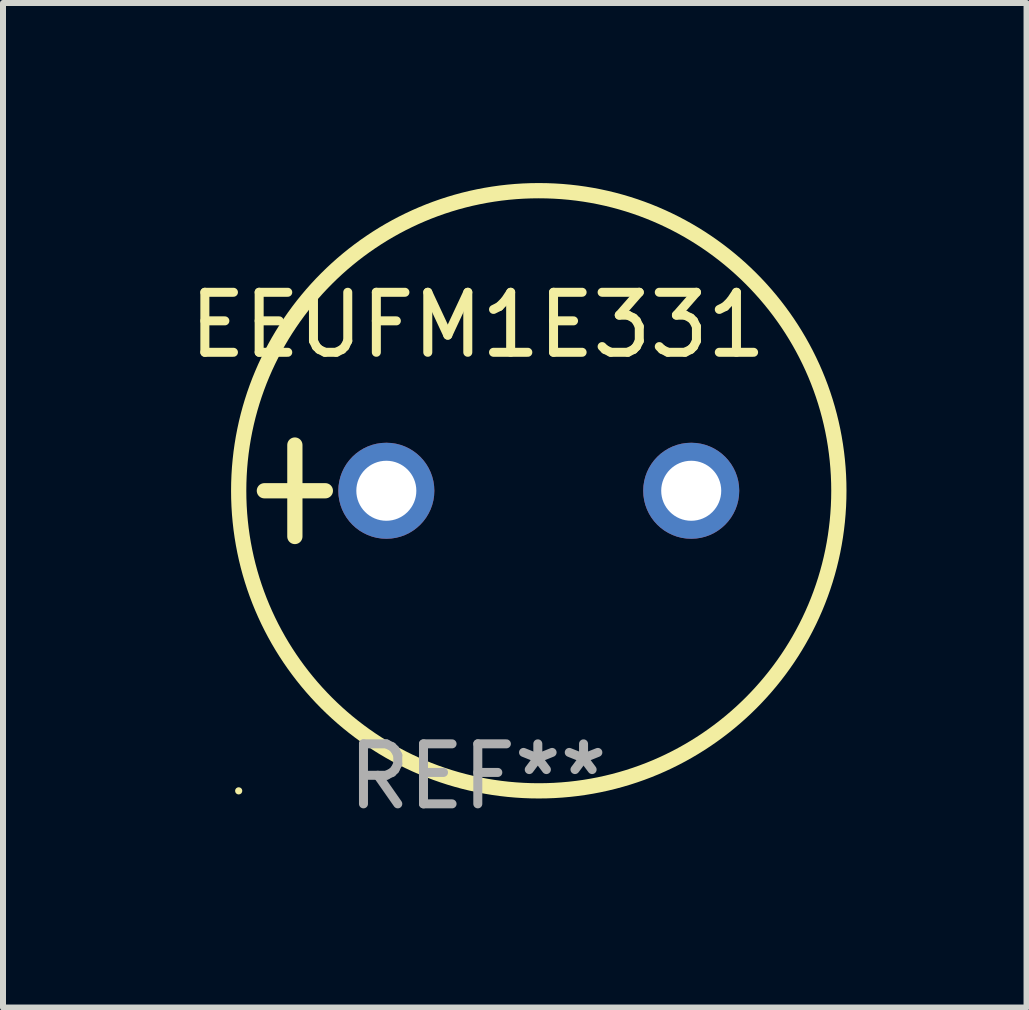
<source format=kicad_pcb>
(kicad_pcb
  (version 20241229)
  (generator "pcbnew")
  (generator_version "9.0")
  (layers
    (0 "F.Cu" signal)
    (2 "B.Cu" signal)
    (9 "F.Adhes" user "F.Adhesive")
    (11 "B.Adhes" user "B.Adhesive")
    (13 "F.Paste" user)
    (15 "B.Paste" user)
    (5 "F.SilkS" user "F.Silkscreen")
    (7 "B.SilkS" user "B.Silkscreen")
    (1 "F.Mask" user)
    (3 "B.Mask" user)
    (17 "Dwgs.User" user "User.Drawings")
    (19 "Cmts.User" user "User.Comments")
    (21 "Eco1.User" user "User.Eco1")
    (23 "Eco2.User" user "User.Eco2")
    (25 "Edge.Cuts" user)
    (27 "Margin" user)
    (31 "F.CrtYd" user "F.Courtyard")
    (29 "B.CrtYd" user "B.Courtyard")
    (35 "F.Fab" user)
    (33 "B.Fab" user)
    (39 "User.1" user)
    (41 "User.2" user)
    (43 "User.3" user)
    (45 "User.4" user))
  (footprint "EEUFM1E331"
    (layer "F.Cu")
    (at 4.911 5.127)
    (property "Reference" "EEUFM1E331" (at 0 -2.762 0) (layer "F.SilkS") (effects (font (size 1 1) (thickness 0.15))))
    (attr through_hole)
    (fp_line (start -3.556 0) (end -2.54 0) (stroke (width 0.254) (type solid)) (layer "F.SilkS"))
    (fp_line (start -3.048 -0.762) (end -3.048 0.762) (stroke (width 0.254) (type solid)) (layer "F.SilkS"))
    (fp_circle (center -3.984 5) (end -3.954 5) (stroke (width 0.06) (type solid)) (fill no) (layer "F.SilkS"))
    (fp_circle (center 1.016 0) (end 6.016 0) (stroke (width 0.254) (type solid)) (fill no) (layer "F.SilkS"))
    (fp_text user "REF**" (at 0 4.762 0) (layer "F.Fab") (effects (font (size 1 1) (thickness 0.15))))
    (pad "1" thru_hole circle (at -1.524 0) (size 1.6 1.6) (drill 1) (layers "*.Cu" "*.Mask"))
    (pad "2" thru_hole circle (at 3.556 0) (size 1.6 1.6) (drill 1) (layers "*.Cu" "*.Mask")))
  (gr_rect
    (start -3 -3)
    (end 14.054 13.737)
    (stroke (width 0.1) (type default))
    (fill no)
    (layer "Edge.Cuts")))
</source>
